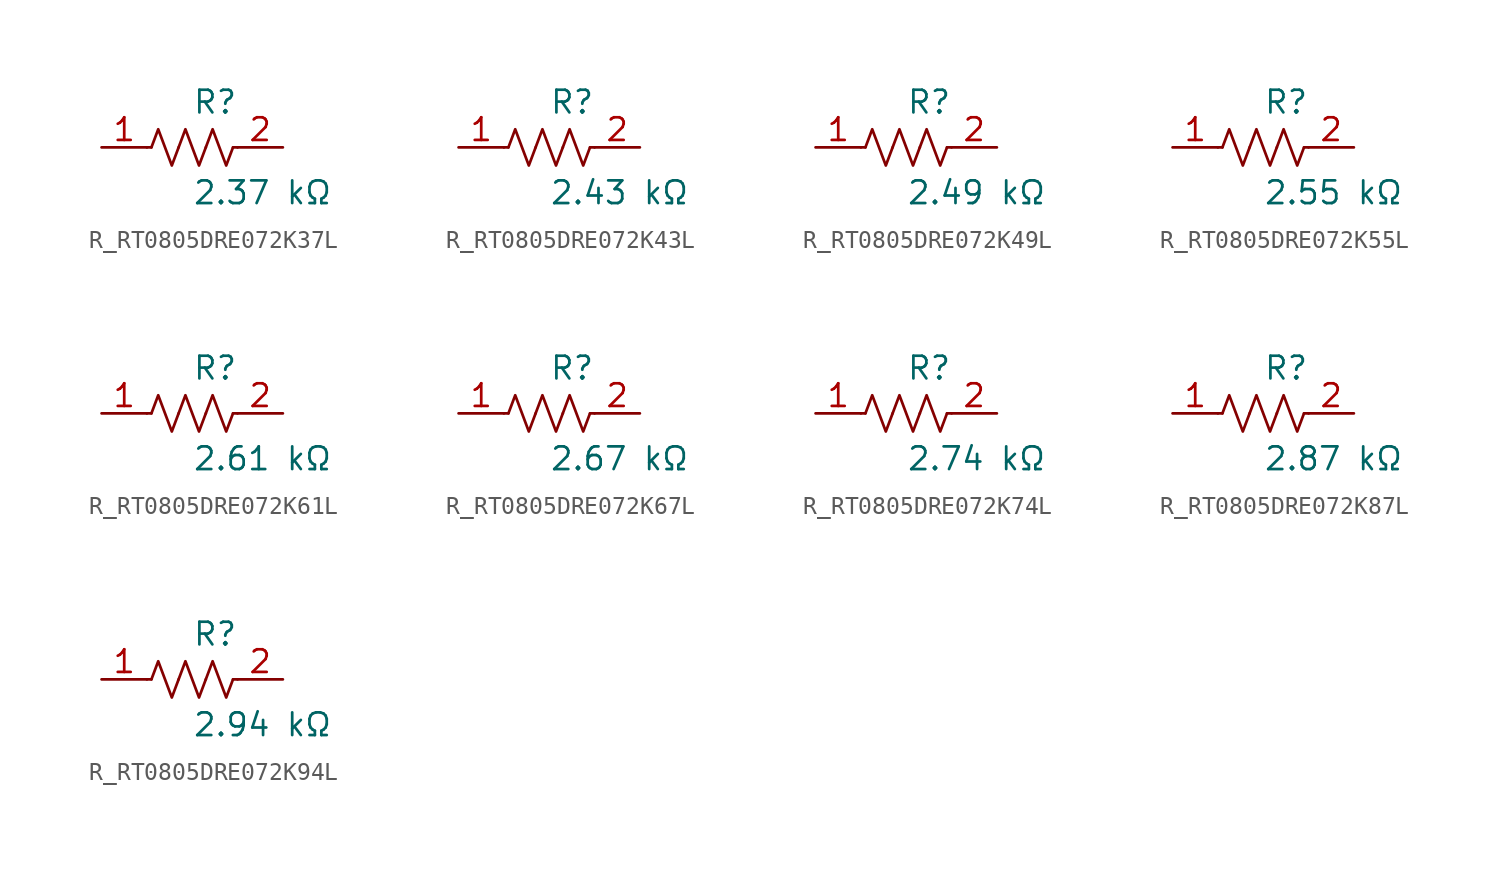
<source format=kicad_sym>
(kicad_symbol_lib
  (version 20231120)
  (generator kicad_symbol_editor)
  (generator_version 8.0)
  (symbol "R_RT0805DRE072K37L"
    (pin_names
      (offset 0.254))
    (property "Reference" "R"
      (at 0 2.54 0)
      (effects (font (size 1.27 1.27)) (justify left)))
    (property "Value" "2.37 kΩ"
      (at 0 -2.54 0)
      (effects (font (size 1.27 1.27)) (justify left)))
    (symbol "R_RT0805DRE072K37L_0_1"
      (polyline (pts (xy 2.286 0) (xy 2.54 0)) (stroke (width 0) (type default)) (fill (type none)))
      (polyline (pts (xy -2.286 0) (xy -2.54 0)) (stroke (width 0) (type default)) (fill (type none)))
      (polyline (pts (xy 0.762 0) (xy 1.143 1.016) (xy 1.524 0) (xy 1.905 -1.016) (xy 2.286 0)) (stroke (width 0) (type default)) (fill (type none)))
      (polyline (pts (xy -0.762 0) (xy -0.381 1.016) (xy 0 0) (xy 0.381 -1.016) (xy 0.762 0)) (stroke (width 0) (type default)) (fill (type none)))
      (polyline (pts (xy -2.286 0) (xy -1.905 1.016) (xy -1.524 0) (xy -1.143 -1.016) (xy -0.762 0)) (stroke (width 0) (type default)) (fill (type none))))
    (pin passive line
      (at -5.08 0 0)
      (length 2.54)
      (name "" (effects (font (size 1.27 1.27))))
      (number "1" (effects (font (size 1.27 1.27)))))
    (pin passive line
      (at 5.08 0 180)
      (length 2.54)
      (name "" (effects (font (size 1.27 1.27))))
      (number "2" (effects (font (size 1.27 1.27))))))
  (symbol "R_RT0805DRE072K43L"
    (pin_names
      (offset 0.254))
    (property "Reference" "R"
      (at 0 2.54 0)
      (effects (font (size 1.27 1.27)) (justify left)))
    (property "Value" "2.43 kΩ"
      (at 0 -2.54 0)
      (effects (font (size 1.27 1.27)) (justify left)))
    (symbol "R_RT0805DRE072K43L_0_1"
      (polyline (pts (xy 2.286 0) (xy 2.54 0)) (stroke (width 0) (type default)) (fill (type none)))
      (polyline (pts (xy -2.286 0) (xy -2.54 0)) (stroke (width 0) (type default)) (fill (type none)))
      (polyline (pts (xy 0.762 0) (xy 1.143 1.016) (xy 1.524 0) (xy 1.905 -1.016) (xy 2.286 0)) (stroke (width 0) (type default)) (fill (type none)))
      (polyline (pts (xy -0.762 0) (xy -0.381 1.016) (xy 0 0) (xy 0.381 -1.016) (xy 0.762 0)) (stroke (width 0) (type default)) (fill (type none)))
      (polyline (pts (xy -2.286 0) (xy -1.905 1.016) (xy -1.524 0) (xy -1.143 -1.016) (xy -0.762 0)) (stroke (width 0) (type default)) (fill (type none))))
    (pin passive line
      (at -5.08 0 0)
      (length 2.54)
      (name "" (effects (font (size 1.27 1.27))))
      (number "1" (effects (font (size 1.27 1.27)))))
    (pin passive line
      (at 5.08 0 180)
      (length 2.54)
      (name "" (effects (font (size 1.27 1.27))))
      (number "2" (effects (font (size 1.27 1.27))))))
  (symbol "R_RT0805DRE072K49L"
    (pin_names
      (offset 0.254))
    (property "Reference" "R"
      (at 0 2.54 0)
      (effects (font (size 1.27 1.27)) (justify left)))
    (property "Value" "2.49 kΩ"
      (at 0 -2.54 0)
      (effects (font (size 1.27 1.27)) (justify left)))
    (symbol "R_RT0805DRE072K49L_0_1"
      (polyline (pts (xy 2.286 0) (xy 2.54 0)) (stroke (width 0) (type default)) (fill (type none)))
      (polyline (pts (xy -2.286 0) (xy -2.54 0)) (stroke (width 0) (type default)) (fill (type none)))
      (polyline (pts (xy 0.762 0) (xy 1.143 1.016) (xy 1.524 0) (xy 1.905 -1.016) (xy 2.286 0)) (stroke (width 0) (type default)) (fill (type none)))
      (polyline (pts (xy -0.762 0) (xy -0.381 1.016) (xy 0 0) (xy 0.381 -1.016) (xy 0.762 0)) (stroke (width 0) (type default)) (fill (type none)))
      (polyline (pts (xy -2.286 0) (xy -1.905 1.016) (xy -1.524 0) (xy -1.143 -1.016) (xy -0.762 0)) (stroke (width 0) (type default)) (fill (type none))))
    (pin passive line
      (at -5.08 0 0)
      (length 2.54)
      (name "" (effects (font (size 1.27 1.27))))
      (number "1" (effects (font (size 1.27 1.27)))))
    (pin passive line
      (at 5.08 0 180)
      (length 2.54)
      (name "" (effects (font (size 1.27 1.27))))
      (number "2" (effects (font (size 1.27 1.27))))))
  (symbol "R_RT0805DRE072K55L"
    (pin_names
      (offset 0.254))
    (property "Reference" "R"
      (at 0 2.54 0)
      (effects (font (size 1.27 1.27)) (justify left)))
    (property "Value" "2.55 kΩ"
      (at 0 -2.54 0)
      (effects (font (size 1.27 1.27)) (justify left)))
    (symbol "R_RT0805DRE072K55L_0_1"
      (polyline (pts (xy 2.286 0) (xy 2.54 0)) (stroke (width 0) (type default)) (fill (type none)))
      (polyline (pts (xy -2.286 0) (xy -2.54 0)) (stroke (width 0) (type default)) (fill (type none)))
      (polyline (pts (xy 0.762 0) (xy 1.143 1.016) (xy 1.524 0) (xy 1.905 -1.016) (xy 2.286 0)) (stroke (width 0) (type default)) (fill (type none)))
      (polyline (pts (xy -0.762 0) (xy -0.381 1.016) (xy 0 0) (xy 0.381 -1.016) (xy 0.762 0)) (stroke (width 0) (type default)) (fill (type none)))
      (polyline (pts (xy -2.286 0) (xy -1.905 1.016) (xy -1.524 0) (xy -1.143 -1.016) (xy -0.762 0)) (stroke (width 0) (type default)) (fill (type none))))
    (pin passive line
      (at -5.08 0 0)
      (length 2.54)
      (name "" (effects (font (size 1.27 1.27))))
      (number "1" (effects (font (size 1.27 1.27)))))
    (pin passive line
      (at 5.08 0 180)
      (length 2.54)
      (name "" (effects (font (size 1.27 1.27))))
      (number "2" (effects (font (size 1.27 1.27))))))
  (symbol "R_RT0805DRE072K61L"
    (pin_names
      (offset 0.254))
    (property "Reference" "R"
      (at 0 2.54 0)
      (effects (font (size 1.27 1.27)) (justify left)))
    (property "Value" "2.61 kΩ"
      (at 0 -2.54 0)
      (effects (font (size 1.27 1.27)) (justify left)))
    (symbol "R_RT0805DRE072K61L_0_1"
      (polyline (pts (xy 2.286 0) (xy 2.54 0)) (stroke (width 0) (type default)) (fill (type none)))
      (polyline (pts (xy -2.286 0) (xy -2.54 0)) (stroke (width 0) (type default)) (fill (type none)))
      (polyline (pts (xy 0.762 0) (xy 1.143 1.016) (xy 1.524 0) (xy 1.905 -1.016) (xy 2.286 0)) (stroke (width 0) (type default)) (fill (type none)))
      (polyline (pts (xy -0.762 0) (xy -0.381 1.016) (xy 0 0) (xy 0.381 -1.016) (xy 0.762 0)) (stroke (width 0) (type default)) (fill (type none)))
      (polyline (pts (xy -2.286 0) (xy -1.905 1.016) (xy -1.524 0) (xy -1.143 -1.016) (xy -0.762 0)) (stroke (width 0) (type default)) (fill (type none))))
    (pin passive line
      (at -5.08 0 0)
      (length 2.54)
      (name "" (effects (font (size 1.27 1.27))))
      (number "1" (effects (font (size 1.27 1.27)))))
    (pin passive line
      (at 5.08 0 180)
      (length 2.54)
      (name "" (effects (font (size 1.27 1.27))))
      (number "2" (effects (font (size 1.27 1.27))))))
  (symbol "R_RT0805DRE072K67L"
    (pin_names
      (offset 0.254))
    (property "Reference" "R"
      (at 0 2.54 0)
      (effects (font (size 1.27 1.27)) (justify left)))
    (property "Value" "2.67 kΩ"
      (at 0 -2.54 0)
      (effects (font (size 1.27 1.27)) (justify left)))
    (symbol "R_RT0805DRE072K67L_0_1"
      (polyline (pts (xy 2.286 0) (xy 2.54 0)) (stroke (width 0) (type default)) (fill (type none)))
      (polyline (pts (xy -2.286 0) (xy -2.54 0)) (stroke (width 0) (type default)) (fill (type none)))
      (polyline (pts (xy 0.762 0) (xy 1.143 1.016) (xy 1.524 0) (xy 1.905 -1.016) (xy 2.286 0)) (stroke (width 0) (type default)) (fill (type none)))
      (polyline (pts (xy -0.762 0) (xy -0.381 1.016) (xy 0 0) (xy 0.381 -1.016) (xy 0.762 0)) (stroke (width 0) (type default)) (fill (type none)))
      (polyline (pts (xy -2.286 0) (xy -1.905 1.016) (xy -1.524 0) (xy -1.143 -1.016) (xy -0.762 0)) (stroke (width 0) (type default)) (fill (type none))))
    (pin passive line
      (at -5.08 0 0)
      (length 2.54)
      (name "" (effects (font (size 1.27 1.27))))
      (number "1" (effects (font (size 1.27 1.27)))))
    (pin passive line
      (at 5.08 0 180)
      (length 2.54)
      (name "" (effects (font (size 1.27 1.27))))
      (number "2" (effects (font (size 1.27 1.27))))))
  (symbol "R_RT0805DRE072K74L"
    (pin_names
      (offset 0.254))
    (property "Reference" "R"
      (at 0 2.54 0)
      (effects (font (size 1.27 1.27)) (justify left)))
    (property "Value" "2.74 kΩ"
      (at 0 -2.54 0)
      (effects (font (size 1.27 1.27)) (justify left)))
    (symbol "R_RT0805DRE072K74L_0_1"
      (polyline (pts (xy 2.286 0) (xy 2.54 0)) (stroke (width 0) (type default)) (fill (type none)))
      (polyline (pts (xy -2.286 0) (xy -2.54 0)) (stroke (width 0) (type default)) (fill (type none)))
      (polyline (pts (xy 0.762 0) (xy 1.143 1.016) (xy 1.524 0) (xy 1.905 -1.016) (xy 2.286 0)) (stroke (width 0) (type default)) (fill (type none)))
      (polyline (pts (xy -0.762 0) (xy -0.381 1.016) (xy 0 0) (xy 0.381 -1.016) (xy 0.762 0)) (stroke (width 0) (type default)) (fill (type none)))
      (polyline (pts (xy -2.286 0) (xy -1.905 1.016) (xy -1.524 0) (xy -1.143 -1.016) (xy -0.762 0)) (stroke (width 0) (type default)) (fill (type none))))
    (pin passive line
      (at -5.08 0 0)
      (length 2.54)
      (name "" (effects (font (size 1.27 1.27))))
      (number "1" (effects (font (size 1.27 1.27)))))
    (pin passive line
      (at 5.08 0 180)
      (length 2.54)
      (name "" (effects (font (size 1.27 1.27))))
      (number "2" (effects (font (size 1.27 1.27))))))
  (symbol "R_RT0805DRE072K87L"
    (pin_names
      (offset 0.254))
    (property "Reference" "R"
      (at 0 2.54 0)
      (effects (font (size 1.27 1.27)) (justify left)))
    (property "Value" "2.87 kΩ"
      (at 0 -2.54 0)
      (effects (font (size 1.27 1.27)) (justify left)))
    (symbol "R_RT0805DRE072K87L_0_1"
      (polyline (pts (xy 2.286 0) (xy 2.54 0)) (stroke (width 0) (type default)) (fill (type none)))
      (polyline (pts (xy -2.286 0) (xy -2.54 0)) (stroke (width 0) (type default)) (fill (type none)))
      (polyline (pts (xy 0.762 0) (xy 1.143 1.016) (xy 1.524 0) (xy 1.905 -1.016) (xy 2.286 0)) (stroke (width 0) (type default)) (fill (type none)))
      (polyline (pts (xy -0.762 0) (xy -0.381 1.016) (xy 0 0) (xy 0.381 -1.016) (xy 0.762 0)) (stroke (width 0) (type default)) (fill (type none)))
      (polyline (pts (xy -2.286 0) (xy -1.905 1.016) (xy -1.524 0) (xy -1.143 -1.016) (xy -0.762 0)) (stroke (width 0) (type default)) (fill (type none))))
    (pin passive line
      (at -5.08 0 0)
      (length 2.54)
      (name "" (effects (font (size 1.27 1.27))))
      (number "1" (effects (font (size 1.27 1.27)))))
    (pin passive line
      (at 5.08 0 180)
      (length 2.54)
      (name "" (effects (font (size 1.27 1.27))))
      (number "2" (effects (font (size 1.27 1.27))))))
  (symbol "R_RT0805DRE072K94L"
    (pin_names
      (offset 0.254))
    (property "Reference" "R"
      (at 0 2.54 0)
      (effects (font (size 1.27 1.27)) (justify left)))
    (property "Value" "2.94 kΩ"
      (at 0 -2.54 0)
      (effects (font (size 1.27 1.27)) (justify left)))
    (symbol "R_RT0805DRE072K94L_0_1"
      (polyline (pts (xy 2.286 0) (xy 2.54 0)) (stroke (width 0) (type default)) (fill (type none)))
      (polyline (pts (xy -2.286 0) (xy -2.54 0)) (stroke (width 0) (type default)) (fill (type none)))
      (polyline (pts (xy 0.762 0) (xy 1.143 1.016) (xy 1.524 0) (xy 1.905 -1.016) (xy 2.286 0)) (stroke (width 0) (type default)) (fill (type none)))
      (polyline (pts (xy -0.762 0) (xy -0.381 1.016) (xy 0 0) (xy 0.381 -1.016) (xy 0.762 0)) (stroke (width 0) (type default)) (fill (type none)))
      (polyline (pts (xy -2.286 0) (xy -1.905 1.016) (xy -1.524 0) (xy -1.143 -1.016) (xy -0.762 0)) (stroke (width 0) (type default)) (fill (type none))))
    (pin passive line
      (at -5.08 0 0)
      (length 2.54)
      (name "" (effects (font (size 1.27 1.27))))
      (number "1" (effects (font (size 1.27 1.27)))))
    (pin passive line
      (at 5.08 0 180)
      (length 2.54)
      (name "" (effects (font (size 1.27 1.27))))
      (number "2" (effects (font (size 1.27 1.27)))))))
</source>
